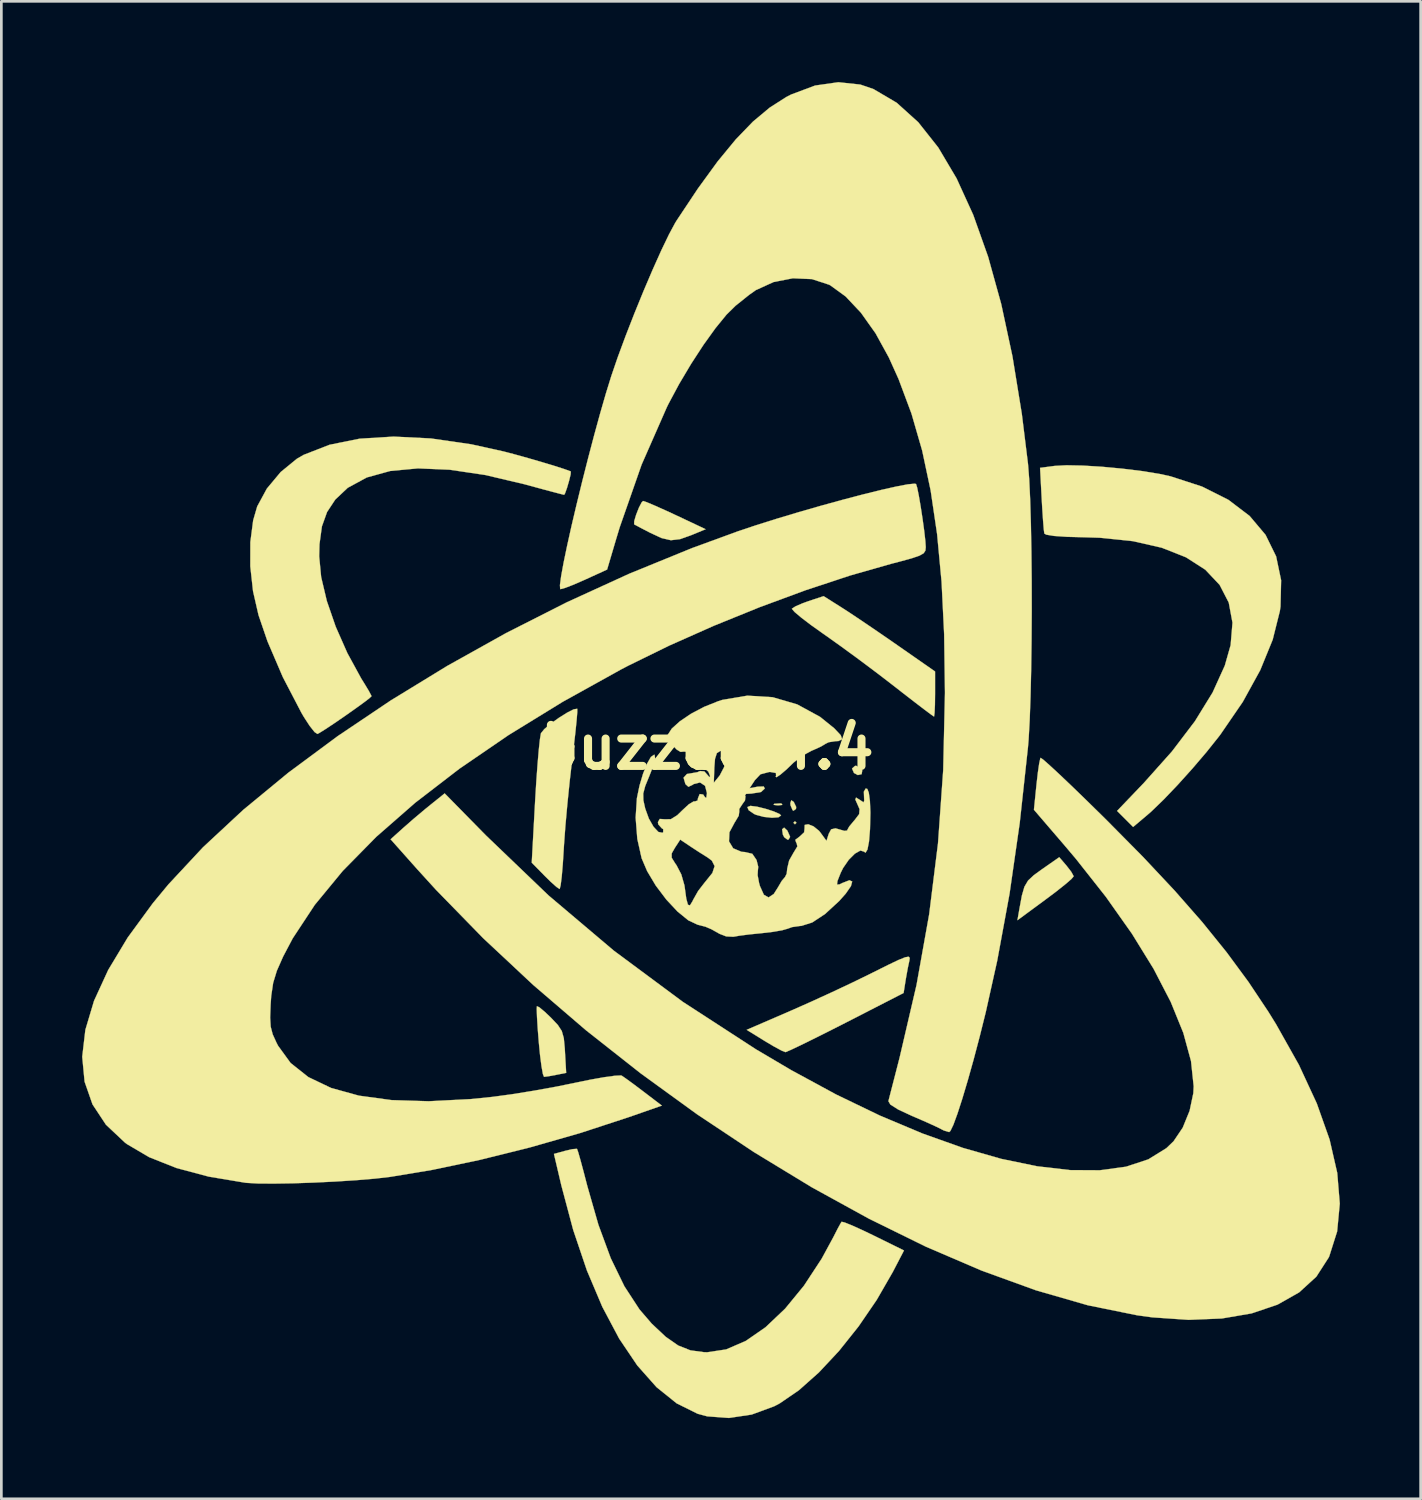
<source format=kicad_pcb>
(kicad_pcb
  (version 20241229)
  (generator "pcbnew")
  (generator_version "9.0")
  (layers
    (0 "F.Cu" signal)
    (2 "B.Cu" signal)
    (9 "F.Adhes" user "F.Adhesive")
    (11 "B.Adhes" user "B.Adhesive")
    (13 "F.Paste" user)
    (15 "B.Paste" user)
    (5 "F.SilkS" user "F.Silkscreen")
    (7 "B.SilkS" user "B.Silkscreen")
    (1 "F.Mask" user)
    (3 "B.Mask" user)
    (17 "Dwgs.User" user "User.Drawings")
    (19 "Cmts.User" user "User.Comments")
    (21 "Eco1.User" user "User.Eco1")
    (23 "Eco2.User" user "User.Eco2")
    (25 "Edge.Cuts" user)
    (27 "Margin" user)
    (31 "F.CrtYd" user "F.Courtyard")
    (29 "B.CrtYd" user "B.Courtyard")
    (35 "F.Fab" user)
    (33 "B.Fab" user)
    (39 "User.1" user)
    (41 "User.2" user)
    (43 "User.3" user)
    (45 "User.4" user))
  (footprint "buzzconf.4"
    (layer "F.Cu")
    (at 23.224 24.716)
    (property "Reference" "buzzconf.4" (at 0 0 0) (layer "F.SilkS") (effects (font (size 1.524 1.524) (thickness 0.3))))
    (attr through_hole)
    (fp_poly (pts (xy 3.318 2.803) (xy 3.261 2.86) (xy 3.204 2.803) (xy 3.261 2.746) (xy 3.318 2.803)) (stroke (width 0.01) (type solid)) (fill yes) (layer "F.SilkS"))
    (fp_poly (pts (xy 2.775 2.098) (xy 2.789 2.14) (xy 2.632 2.156) (xy 2.469 2.138) (xy 2.489 2.098) (xy 2.723 2.083) (xy 2.775 2.098)) (stroke (width 0.01) (type solid)) (fill yes) (layer "F.SilkS"))
    (fp_poly (pts (xy 2.979 3.093) (xy 3.082 3.327) (xy 3.018 3.43) (xy 2.987 3.432) (xy 2.864 3.341) (xy 2.813 3.244) (xy 2.784 3.044) (xy 2.859 2.982) (xy 2.979 3.093)) (stroke (width 0.01) (type solid)) (fill yes) (layer "F.SilkS"))
    (fp_poly (pts (xy 3.216 2.027) (xy 3.306 2.213) (xy 3.3 2.285) (xy 3.209 2.356) (xy 3.173 2.334) (xy 3.097 2.155) (xy 3.089 2.075) (xy 3.125 1.966) (xy 3.216 2.027)) (stroke (width 0.01) (type solid)) (fill yes) (layer "F.SilkS"))
    (fp_poly (pts (xy 5.713 0.779) (xy 5.762 0.858) (xy 5.739 0.997) (xy 5.597 1.03) (xy 5.454 0.953) (xy 5.381 0.787) (xy 5.492 0.69) (xy 5.537 0.686) (xy 5.713 0.779)) (stroke (width 0.01) (type solid)) (fill yes) (layer "F.SilkS"))
    (fp_poly (pts (xy 1.853 2.205) (xy 2.166 2.282) (xy 2.47 2.38) (xy 2.687 2.475) (xy 2.746 2.531) (xy 2.648 2.599) (xy 2.408 2.616) (xy 2.105 2.584) (xy 1.818 2.508) (xy 1.745 2.476) (xy 1.541 2.336) (xy 1.493 2.219) (xy 1.608 2.174) (xy 1.853 2.205)) (stroke (width 0.01) (type solid)) (fill yes) (layer "F.SilkS"))
    (fp_poly (pts (xy 13.348 4.393) (xy 13.526 4.623) (xy 13.613 4.782) (xy 13.615 4.795) (xy 13.529 4.896) (xy 13.293 5.099) (xy 12.946 5.374) (xy 12.571 5.655) (xy 11.527 6.424) (xy 11.603 5.987) (xy 11.693 5.503) (xy 11.787 5.179) (xy 11.923 4.949) (xy 12.139 4.747) (xy 12.439 4.53) (xy 13.081 4.082) (xy 13.348 4.393)) (stroke (width 0.01) (type solid)) (fill yes) (layer "F.SilkS"))
    (fp_poly (pts (xy -2.244 -9.107) (xy -1.947 -8.982) (xy -1.538 -8.799) (xy -1.171 -8.629) (xy -0.057 -8.104) (xy -0.572 -7.891) (xy -1.007 -7.735) (xy -1.349 -7.695) (xy -1.694 -7.775) (xy -2.117 -7.971) (xy -2.433 -8.135) (xy -2.651 -8.251) (xy -2.714 -8.286) (xy -2.71 -8.408) (xy -2.639 -8.644) (xy -2.536 -8.906) (xy -2.434 -9.102) (xy -2.382 -9.153) (xy -2.244 -9.107)) (stroke (width 0.01) (type solid)) (fill yes) (layer "F.SilkS"))
    (fp_poly (pts (xy -6.231 9.662) (xy -6.026 9.834) (xy -5.806 10.043) (xy -5.55 10.314) (xy -5.402 10.539) (xy -5.327 10.804) (xy -5.29 11.192) (xy -5.284 11.308) (xy -5.239 12.095) (xy -5.609 12.168) (xy -5.887 12.22) (xy -6.058 12.242) (xy -6.062 12.242) (xy -6.104 12.136) (xy -6.156 11.847) (xy -6.211 11.42) (xy -6.256 10.955) (xy -6.297 10.438) (xy -6.323 10.01) (xy -6.333 9.72) (xy -6.326 9.616) (xy -6.231 9.662)) (stroke (width 0.01) (type solid)) (fill yes) (layer "F.SilkS"))
    (fp_poly (pts (xy 7.526 7.823) (xy 7.514 7.915) (xy 7.453 8.202) (xy 7.386 8.574) (xy 7.373 8.653) (xy 7.298 9.126) (xy 5.152 10.227) (xy 4.508 10.554) (xy 3.932 10.842) (xy 3.455 11.076) (xy 3.109 11.24) (xy 2.924 11.319) (xy 2.904 11.324) (xy 2.762 11.266) (xy 2.487 11.117) (xy 2.137 10.91) (xy 2.135 10.908) (xy 1.467 10.496) (xy 3.108 9.786) (xy 3.834 9.464) (xy 4.636 9.097) (xy 5.421 8.727) (xy 6.097 8.397) (xy 6.164 8.363) (xy 6.725 8.083) (xy 7.113 7.898) (xy 7.356 7.8) (xy 7.484 7.778) (xy 7.526 7.823)) (stroke (width 0.01) (type solid)) (fill yes) (layer "F.SilkS"))
    (fp_poly (pts (xy 4.995 -5.195) (xy 5.338 -4.972) (xy 5.812 -4.655) (xy 6.36 -4.282) (xy 6.926 -3.892) (xy 7.065 -3.795) (xy 8.467 -2.818) (xy 8.467 -1.981) (xy 8.462 -1.576) (xy 8.448 -1.279) (xy 8.43 -1.146) (xy 8.427 -1.144) (xy 8.328 -1.211) (xy 8.08 -1.396) (xy 7.716 -1.674) (xy 7.266 -2.022) (xy 6.962 -2.26) (xy 6.342 -2.737) (xy 5.659 -3.249) (xy 4.987 -3.741) (xy 4.404 -4.156) (xy 4.315 -4.218) (xy 3.864 -4.539) (xy 3.497 -4.818) (xy 3.247 -5.029) (xy 3.148 -5.144) (xy 3.149 -5.153) (xy 3.283 -5.239) (xy 3.561 -5.359) (xy 3.766 -5.432) (xy 4.326 -5.617) (xy 4.995 -5.195)) (stroke (width 0.01) (type solid)) (fill yes) (layer "F.SilkS"))
    (fp_poly (pts (xy -4.826 -1.432) (xy -4.826 -1.31) (xy -4.851 -1) (xy -4.898 -0.541) (xy -4.964 0.03) (xy -5.018 0.477) (xy -5.108 1.258) (xy -5.194 2.103) (xy -5.268 2.924) (xy -5.32 3.633) (xy -5.33 3.804) (xy -5.365 4.352) (xy -5.404 4.805) (xy -5.444 5.123) (xy -5.479 5.26) (xy -5.484 5.263) (xy -5.598 5.188) (xy -5.817 4.992) (xy -6.038 4.774) (xy -6.518 4.285) (xy -6.393 2.002) (xy -6.35 1.288) (xy -6.303 0.64) (xy -6.257 0.097) (xy -6.214 -0.3) (xy -6.178 -0.514) (xy -6.174 -0.526) (xy -6.052 -0.677) (xy -5.811 -0.88) (xy -5.509 -1.097) (xy -5.205 -1.288) (xy -4.958 -1.413) (xy -4.827 -1.433) (xy -4.826 -1.432)) (stroke (width 0.01) (type solid)) (fill yes) (layer "F.SilkS"))
    (fp_poly (pts (xy 13.957 -10.468) (xy 14.665 -10.425) (xy 15.414 -10.355) (xy 16.144 -10.266) (xy 16.793 -10.161) (xy 17.215 -10.069) (xy 18.384 -9.689) (xy 19.365 -9.196) (xy 20.154 -8.596) (xy 20.746 -7.894) (xy 21.138 -7.095) (xy 21.324 -6.206) (xy 21.301 -5.231) (xy 21.277 -5.064) (xy 21.011 -4.001) (xy 20.548 -2.868) (xy 19.899 -1.688) (xy 19.074 -0.485) (xy 19.01 -0.4) (xy 18.552 0.174) (xy 18.026 0.79) (xy 17.478 1.398) (xy 16.955 1.945) (xy 16.504 2.381) (xy 16.355 2.511) (xy 15.825 2.958) (xy 15.527 2.66) (xy 15.229 2.362) (xy 16.226 1.32) (xy 17.268 0.152) (xy 18.121 -0.97) (xy 18.777 -2.035) (xy 19.231 -3.035) (xy 19.448 -3.797) (xy 19.517 -4.631) (xy 19.378 -5.379) (xy 19.038 -6.037) (xy 18.506 -6.6) (xy 17.788 -7.061) (xy 16.89 -7.416) (xy 15.82 -7.66) (xy 14.586 -7.787) (xy 14.033 -7.804) (xy 13.368 -7.821) (xy 12.884 -7.854) (xy 12.599 -7.901) (xy 12.526 -7.944) (xy 12.505 -8.104) (xy 12.478 -8.438) (xy 12.448 -8.89) (xy 12.429 -9.225) (xy 12.368 -10.384) (xy 12.91 -10.456) (xy 13.351 -10.48) (xy 13.957 -10.468)) (stroke (width 0.01) (type solid)) (fill yes) (layer "F.SilkS"))
    (fp_poly (pts (xy -4.835 14.921) (xy -4.792 15.041) (xy -4.707 15.339) (xy -4.591 15.769) (xy -4.457 16.286) (xy -4.457 16.287) (xy -4.041 17.739) (xy -3.583 18.98) (xy -3.076 20.024) (xy -2.514 20.885) (xy -2.06 21.412) (xy -1.539 21.902) (xy -1.078 22.223) (xy -0.623 22.404) (xy -0.12 22.472) (xy 0.001 22.475) (xy 0.706 22.369) (xy 1.434 22.054) (xy 2.17 21.544) (xy 2.896 20.855) (xy 3.595 20.003) (xy 4.251 19.003) (xy 4.691 18.192) (xy 4.847 17.886) (xy 4.962 17.676) (xy 4.994 17.626) (xy 5.109 17.653) (xy 5.385 17.764) (xy 5.778 17.942) (xy 6.177 18.134) (xy 7.312 18.693) (xy 6.891 19.501) (xy 6.299 20.529) (xy 5.625 21.514) (xy 4.899 22.424) (xy 4.15 23.225) (xy 3.407 23.886) (xy 2.698 24.372) (xy 2.49 24.482) (xy 1.655 24.789) (xy 0.808 24.916) (xy 0.002 24.856) (xy -0.357 24.759) (xy -1.133 24.374) (xy -1.881 23.772) (xy -2.596 22.966) (xy -3.27 21.967) (xy -3.896 20.787) (xy -4.468 19.437) (xy -4.978 17.929) (xy -5.418 16.277) (xy -5.693 15.106) (xy -5.284 14.993) (xy -5.009 14.929) (xy -4.847 14.916) (xy -4.835 14.921)) (stroke (width 0.01) (type solid)) (fill yes) (layer "F.SilkS"))
    (fp_poly (pts (xy -10.264 -11.476) (xy -8.768 -11.259) (xy -7.551 -10.99) (xy -7.116 -10.875) (xy -6.622 -10.737) (xy -6.12 -10.591) (xy -5.664 -10.453) (xy -5.305 -10.338) (xy -5.095 -10.262) (xy -5.066 -10.247) (xy -5.074 -10.136) (xy -5.131 -9.903) (xy -5.208 -9.639) (xy -5.28 -9.437) (xy -5.314 -9.382) (xy -5.433 -9.411) (xy -5.731 -9.489) (xy -6.163 -9.605) (xy -6.689 -9.748) (xy -6.788 -9.775) (xy -8.244 -10.118) (xy -9.565 -10.314) (xy -10.745 -10.364) (xy -11.774 -10.268) (xy -12.647 -10.027) (xy -13.355 -9.642) (xy -13.816 -9.208) (xy -14.123 -8.743) (xy -14.314 -8.209) (xy -14.404 -7.55) (xy -14.416 -7.097) (xy -14.342 -6.326) (xy -14.131 -5.436) (xy -13.8 -4.479) (xy -13.369 -3.503) (xy -12.855 -2.561) (xy -12.743 -2.381) (xy -12.579 -2.11) (xy -12.482 -1.929) (xy -12.471 -1.898) (xy -12.558 -1.817) (xy -12.789 -1.642) (xy -13.114 -1.408) (xy -13.486 -1.146) (xy -13.858 -0.891) (xy -14.182 -0.676) (xy -14.411 -0.533) (xy -14.48 -0.497) (xy -14.587 -0.568) (xy -14.769 -0.797) (xy -14.992 -1.141) (xy -15.075 -1.284) (xy -15.765 -2.608) (xy -16.335 -3.936) (xy -16.669 -4.912) (xy -16.873 -5.801) (xy -16.975 -6.727) (xy -16.973 -7.626) (xy -16.868 -8.434) (xy -16.718 -8.95) (xy -16.359 -9.613) (xy -15.846 -10.228) (xy -15.247 -10.719) (xy -14.992 -10.867) (xy -14.031 -11.241) (xy -12.912 -11.467) (xy -11.65 -11.545) (xy -10.264 -11.476)) (stroke (width 0.01) (type solid)) (fill yes) (layer "F.SilkS"))
    (fp_poly (pts (xy 12.48 0.452) (xy 12.713 0.657) (xy 13.068 0.985) (xy 13.523 1.417) (xy 14.057 1.934) (xy 14.651 2.516) (xy 14.848 2.711) (xy 16.186 4.064) (xy 17.359 5.314) (xy 18.389 6.488) (xy 19.299 7.614) (xy 20.113 8.719) (xy 20.853 9.83) (xy 21.135 10.286) (xy 21.986 11.8) (xy 22.649 13.23) (xy 23.124 14.569) (xy 23.409 15.813) (xy 23.503 16.954) (xy 23.405 17.987) (xy 23.113 18.907) (xy 23.088 18.96) (xy 22.632 19.667) (xy 21.994 20.25) (xy 21.188 20.706) (xy 20.226 21.031) (xy 19.121 21.22) (xy 17.888 21.271) (xy 16.539 21.178) (xy 15.976 21.101) (xy 14.143 20.729) (xy 12.212 20.172) (xy 10.201 19.443) (xy 8.129 18.554) (xy 6.016 17.516) (xy 3.881 16.342) (xy 1.743 15.042) (xy -0.38 13.63) (xy -2.467 12.116) (xy -4.5 10.514) (xy -6.459 8.833) (xy -8.326 7.087) (xy -10.081 5.288) (xy -10.762 4.54) (xy -11.762 3.416) (xy -11.287 2.989) (xy -10.908 2.657) (xy -10.48 2.297) (xy -10.282 2.136) (xy -9.753 1.711) (xy -8.223 3.269) (xy -5.894 5.502) (xy -3.466 7.556) (xy -0.906 9.455) (xy 1.816 11.222) (xy 3.119 11.991) (xy 4.793 12.899) (xy 6.424 13.685) (xy 7.998 14.347) (xy 9.504 14.883) (xy 10.928 15.29) (xy 12.259 15.565) (xy 13.483 15.707) (xy 14.588 15.713) (xy 15.561 15.581) (xy 16.389 15.308) (xy 17.061 14.892) (xy 17.326 14.638) (xy 17.667 14.133) (xy 17.924 13.504) (xy 18.062 12.851) (xy 18.075 12.593) (xy 17.976 11.656) (xy 17.69 10.608) (xy 17.224 9.461) (xy 16.586 8.229) (xy 15.781 6.924) (xy 14.816 5.558) (xy 13.699 4.143) (xy 13.281 3.648) (xy 12.14 2.319) (xy 12.235 1.383) (xy 12.285 0.944) (xy 12.335 0.6) (xy 12.377 0.409) (xy 12.387 0.389) (xy 12.48 0.452)) (stroke (width 0.01) (type solid)) (fill yes) (layer "F.SilkS"))
    (fp_poly (pts (xy 7.76 -9.784) (xy 7.802 -9.65) (xy 7.863 -9.349) (xy 7.933 -8.94) (xy 8.003 -8.483) (xy 8.064 -8.038) (xy 8.106 -7.664) (xy 8.121 -7.436) (xy 8.108 -7.31) (xy 8.043 -7.211) (xy 7.887 -7.122) (xy 7.604 -7.025) (xy 7.156 -6.902) (xy 6.836 -6.819) (xy 5.31 -6.384) (xy 3.661 -5.839) (xy 1.951 -5.208) (xy 0.241 -4.514) (xy -1.406 -3.782) (xy -2.929 -3.036) (xy -3.192 -2.899) (xy -5.37 -1.69) (xy -7.377 -0.457) (xy -9.205 0.794) (xy -10.846 2.057) (xy -12.294 3.324) (xy -13.54 4.591) (xy -14.577 5.85) (xy -15.398 7.095) (xy -15.756 7.774) (xy -15.988 8.3) (xy -16.125 8.749) (xy -16.197 9.234) (xy -16.219 9.554) (xy -16.237 10.037) (xy -16.217 10.378) (xy -16.143 10.662) (xy -16.001 10.975) (xy -15.943 11.087) (xy -15.477 11.728) (xy -14.818 12.251) (xy -13.971 12.656) (xy -12.94 12.941) (xy -11.729 13.106) (xy -10.343 13.149) (xy -8.785 13.069) (xy -7.972 12.986) (xy -7.263 12.89) (xy -6.438 12.757) (xy -5.603 12.606) (xy -4.911 12.465) (xy -4.329 12.345) (xy -3.822 12.255) (xy -3.433 12.202) (xy -3.207 12.191) (xy -3.174 12.199) (xy -3.017 12.307) (xy -2.737 12.511) (xy -2.392 12.771) (xy -2.358 12.797) (xy -1.684 13.31) (xy -2.93 13.745) (xy -4.724 14.332) (xy -6.583 14.864) (xy -8.441 15.326) (xy -10.23 15.702) (xy -11.785 15.96) (xy -12.344 16.024) (xy -13.035 16.082) (xy -13.807 16.132) (xy -14.61 16.171) (xy -15.393 16.198) (xy -16.105 16.209) (xy -16.698 16.205) (xy -17.12 16.181) (xy -17.162 16.176) (xy -18.521 15.949) (xy -19.718 15.63) (xy -20.736 15.225) (xy -21.557 14.741) (xy -21.629 14.688) (xy -22.337 14.022) (xy -22.837 13.265) (xy -23.131 12.422) (xy -23.219 11.497) (xy -23.102 10.494) (xy -22.78 9.417) (xy -22.254 8.272) (xy -21.526 7.062) (xy -20.595 5.791) (xy -20.013 5.088) (xy -18.729 3.71) (xy -17.238 2.324) (xy -15.564 0.944) (xy -13.728 -0.416) (xy -11.753 -1.744) (xy -9.66 -3.024) (xy -7.472 -4.245) (xy -5.211 -5.391) (xy -2.898 -6.449) (xy -0.557 -7.405) (xy 1.144 -8.027) (xy 1.836 -8.258) (xy 2.602 -8.499) (xy 3.41 -8.741) (xy 4.231 -8.977) (xy 5.034 -9.198) (xy 5.788 -9.396) (xy 6.462 -9.563) (xy 7.027 -9.69) (xy 7.451 -9.771) (xy 7.704 -9.796) (xy 7.76 -9.784)) (stroke (width 0.01) (type solid)) (fill yes) (layer "F.SilkS"))
    (fp_poly (pts (xy 5.69 -24.624) (xy 6.178 -24.457) (xy 7.04 -23.949) (xy 7.843 -23.224) (xy 8.586 -22.285) (xy 9.267 -21.136) (xy 9.885 -19.782) (xy 10.438 -18.226) (xy 10.924 -16.473) (xy 11.342 -14.526) (xy 11.69 -12.39) (xy 11.92 -10.526) (xy 11.964 -9.963) (xy 12 -9.21) (xy 12.027 -8.306) (xy 12.046 -7.29) (xy 12.057 -6.2) (xy 12.059 -5.075) (xy 12.052 -3.954) (xy 12.037 -2.876) (xy 12.014 -1.879) (xy 11.982 -1.003) (xy 11.942 -0.285) (xy 11.918 0) (xy 11.612 2.81) (xy 11.234 5.439) (xy 10.776 7.926) (xy 10.35 9.84) (xy 10.128 10.732) (xy 9.904 11.582) (xy 9.685 12.363) (xy 9.481 13.047) (xy 9.299 13.609) (xy 9.149 14.019) (xy 9.037 14.252) (xy 8.989 14.295) (xy 8.79 14.234) (xy 8.695 14.185) (xy 8.515 14.095) (xy 8.185 13.944) (xy 7.765 13.761) (xy 7.609 13.694) (xy 7.098 13.457) (xy 6.806 13.272) (xy 6.733 13.146) (xy 6.775 12.98) (xy 6.863 12.639) (xy 6.984 12.17) (xy 7.126 11.618) (xy 7.156 11.499) (xy 7.777 8.833) (xy 8.247 6.208) (xy 8.576 3.566) (xy 8.769 0.847) (xy 8.834 -2.007) (xy 8.834 -2.059) (xy 8.804 -4.206) (xy 8.708 -6.154) (xy 8.542 -7.925) (xy 8.303 -9.542) (xy 7.988 -11.025) (xy 7.591 -12.398) (xy 7.111 -13.682) (xy 6.748 -14.487) (xy 6.256 -15.382) (xy 5.713 -16.147) (xy 5.144 -16.751) (xy 4.577 -17.163) (xy 4.53 -17.188) (xy 3.892 -17.396) (xy 3.184 -17.427) (xy 2.468 -17.288) (xy 1.809 -16.988) (xy 1.557 -16.81) (xy 1.391 -16.677) (xy 1.134 -16.471) (xy 1.054 -16.407) (xy 0.716 -16.074) (xy 0.309 -15.575) (xy -0.138 -14.953) (xy -0.597 -14.248) (xy -1.04 -13.503) (xy -1.438 -12.76) (xy -1.496 -12.643) (xy -2.436 -10.504) (xy -3.25 -8.176) (xy -3.383 -7.736) (xy -3.718 -6.605) (xy -4.566 -6.218) (xy -4.962 -6.045) (xy -5.273 -5.925) (xy -5.444 -5.878) (xy -5.461 -5.881) (xy -5.471 -6.025) (xy -5.426 -6.36) (xy -5.335 -6.858) (xy -5.204 -7.488) (xy -5.041 -8.221) (xy -4.851 -9.027) (xy -4.643 -9.879) (xy -4.423 -10.745) (xy -4.199 -11.597) (xy -3.977 -12.406) (xy -3.765 -13.141) (xy -3.569 -13.774) (xy -3.565 -13.787) (xy -3.323 -14.494) (xy -3.03 -15.286) (xy -2.704 -16.121) (xy -2.363 -16.957) (xy -2.023 -17.753) (xy -1.703 -18.467) (xy -1.418 -19.059) (xy -1.188 -19.487) (xy -1.14 -19.565) (xy -0.343 -20.762) (xy 0.386 -21.764) (xy 1.063 -22.587) (xy 1.703 -23.25) (xy 2.323 -23.768) (xy 2.938 -24.161) (xy 3.121 -24.255) (xy 4.01 -24.588) (xy 4.874 -24.711) (xy 5.69 -24.624)) (stroke (width 0.01) (type solid)) (fill yes) (layer "F.SilkS"))
    (fp_poly (pts (xy 2.432 -1.862) (xy 3.344 -1.596) (xy 4.195 -1.132) (xy 4.72 -0.708) (xy 4.962 -0.451) (xy 5.014 -0.298) (xy 4.877 -0.234) (xy 4.771 -0.229) (xy 4.516 -0.19) (xy 4.399 -0.133) (xy 4.227 -0.029) (xy 3.943 0.1) (xy 3.89 0.121) (xy 3.529 0.316) (xy 3.211 0.566) (xy 3.204 0.573) (xy 2.944 0.824) (xy 2.722 1.013) (xy 2.575 1.111) (xy 2.544 1.087) (xy 2.559 1.058) (xy 2.553 0.953) (xy 2.347 0.916) (xy 2.308 0.915) (xy 1.978 1.002) (xy 1.774 1.217) (xy 1.576 1.519) (xy 1.879 1.461) (xy 2.101 1.454) (xy 2.14 1.531) (xy 2.003 1.658) (xy 1.935 1.674) (xy 1.707 1.707) (xy 1.659 1.717) (xy 1.462 1.729) (xy 1.45 1.727) (xy 1.405 1.781) (xy 1.423 1.819) (xy 1.405 1.974) (xy 1.31 2.107) (xy 1.192 2.288) (xy 1.192 2.388) (xy 1.173 2.539) (xy 1.039 2.765) (xy 1.028 2.779) (xy 0.827 3.155) (xy 0.811 3.494) (xy 0.966 3.751) (xy 1.277 3.882) (xy 1.399 3.89) (xy 1.676 3.955) (xy 1.834 4.186) (xy 1.897 4.438) (xy 1.883 4.584) (xy 1.874 4.749) (xy 1.928 5.038) (xy 1.959 5.151) (xy 2.106 5.477) (xy 2.28 5.576) (xy 2.474 5.448) (xy 2.628 5.205) (xy 2.771 4.961) (xy 2.883 4.828) (xy 2.889 4.824) (xy 2.954 4.695) (xy 2.975 4.499) (xy 3.045 4.204) (xy 3.207 3.917) (xy 3.351 3.681) (xy 3.32 3.549) (xy 3.306 3.539) (xy 3.274 3.436) (xy 3.426 3.322) (xy 3.602 3.158) (xy 3.617 3.023) (xy 3.622 2.883) (xy 3.754 2.858) (xy 3.951 2.936) (xy 4.154 3.1) (xy 4.209 3.168) (xy 4.433 3.475) (xy 4.516 3.214) (xy 4.606 3.046) (xy 4.768 3.009) (xy 5.063 3.093) (xy 5.091 3.104) (xy 5.201 3.091) (xy 5.206 3.07) (xy 5.277 2.942) (xy 5.45 2.734) (xy 5.473 2.709) (xy 5.647 2.48) (xy 5.661 2.295) (xy 5.616 2.192) (xy 5.505 1.941) (xy 5.531 1.865) (xy 5.674 1.953) (xy 5.811 2.045) (xy 5.836 1.969) (xy 5.832 1.939) (xy 5.821 1.647) (xy 5.889 1.529) (xy 5.95 1.545) (xy 6.005 1.686) (xy 6.046 1.993) (xy 6.064 2.402) (xy 6.064 2.452) (xy 6.05 3.039) (xy 6.013 3.496) (xy 5.955 3.797) (xy 5.883 3.915) (xy 5.825 3.874) (xy 5.693 3.834) (xy 5.489 3.949) (xy 5.26 4.178) (xy 5.051 4.481) (xy 4.962 4.659) (xy 4.841 4.964) (xy 4.824 5.097) (xy 4.917 5.092) (xy 5.027 5.038) (xy 5.284 4.938) (xy 5.388 4.984) (xy 5.341 5.157) (xy 5.146 5.438) (xy 4.906 5.708) (xy 4.379 6.193) (xy 3.902 6.507) (xy 3.5 6.634) (xy 3.454 6.636) (xy 3.153 6.679) (xy 2.996 6.736) (xy 2.788 6.796) (xy 2.43 6.858) (xy 2.002 6.907) (xy 1.565 6.951) (xy 1.193 6.999) (xy 0.973 7.038) (xy 0.708 7.025) (xy 0.458 6.928) (xy 0.158 6.759) (xy -0.062 6.665) (xy -0.318 6.599) (xy -0.351 6.592) (xy -0.702 6.427) (xy -1.104 6.099) (xy -1.519 5.654) (xy -1.908 5.139) (xy -2.23 4.6) (xy -2.436 4.119) (xy -2.475 3.942) (xy -1.319 3.942) (xy -1.318 4.102) (xy -1.185 4.317) (xy -1.143 4.374) (xy -0.962 4.72) (xy -0.845 5.128) (xy -0.836 5.19) (xy -0.776 5.625) (xy -0.715 5.847) (xy -0.641 5.872) (xy -0.545 5.717) (xy -0.521 5.664) (xy -0.335 5.335) (xy -0.089 5.017) (xy -0.081 5.009) (xy 0.193 4.668) (xy 0.277 4.413) (xy 0.174 4.21) (xy 0.027 4.099) (xy -0.294 3.897) (xy -0.635 3.674) (xy -0.643 3.668) (xy -1.001 3.428) (xy -1.198 3.73) (xy -1.319 3.942) (xy -2.475 3.942) (xy -2.596 3.403) (xy -2.658 2.612) (xy -2.611 1.889) (xy -2.514 1.421) (xy -2.382 0.978) (xy -2.234 0.608) (xy -2.091 0.357) (xy -1.971 0.274) (xy -1.953 0.281) (xy -1.934 0.419) (xy -2.013 0.716) (xy -2.142 1.046) (xy -2.303 1.44) (xy -2.376 1.717) (xy -2.371 1.965) (xy -2.303 2.272) (xy -2.167 2.647) (xy -1.992 2.953) (xy -1.812 3.144) (xy -1.661 3.174) (xy -1.634 3.153) (xy -1.634 3.039) (xy -1.688 3.007) (xy -1.816 2.863) (xy -1.831 2.781) (xy -1.763 2.66) (xy -1.567 2.673) (xy -1.348 2.669) (xy -1.111 2.521) (xy -0.927 2.342) (xy -0.689 2.121) (xy -0.503 2.009) (xy -0.448 2.008) (xy -0.358 1.977) (xy -0.343 1.895) (xy -0.279 1.735) (xy -0.149 1.752) (xy -0.076 1.859) (xy -0.032 1.871) (xy -0.009 1.7) (xy -0.079 1.429) (xy -0.249 1.316) (xy 0.246 1.316) (xy 0.466 1.046) (xy 0.63 0.731) (xy 0.686 0.437) (xy 0.655 0.196) (xy 0.538 0.13) (xy 0.486 0.136) (xy 0.359 0.216) (xy 0.291 0.427) (xy 0.266 0.745) (xy 0.246 1.316) (xy -0.249 1.316) (xy -0.265 1.305) (xy -0.503 1.365) (xy -0.538 1.392) (xy -0.698 1.467) (xy -0.808 1.366) (xy -0.878 1.128) (xy -0.752 0.99) (xy -0.619 0.968) (xy -0.362 0.923) (xy -0.264 0.88) (xy -0.105 0.894) (xy -0.011 0.999) (xy 0.083 1.108) (xy 0.111 1.072) (xy 0.043 0.904) (xy -0.108 0.772) (xy -0.252 0.751) (xy -0.268 0.764) (xy -0.331 0.738) (xy -0.343 0.642) (xy -0.391 0.507) (xy -0.449 0.51) (xy -0.561 0.471) (xy -0.631 0.337) (xy -0.753 0.166) (xy -0.865 0.158) (xy -0.99 0.17) (xy -1.134 0.081) (xy -1.346 -0.144) (xy -1.45 -0.268) (xy -1.473 -0.453) (xy -1.316 -0.695) (xy -1.015 -0.967) (xy -0.604 -1.245) (xy -0.119 -1.502) (xy 0.407 -1.713) (xy 0.564 -1.763) (xy 1.494 -1.92) (xy 2.432 -1.862)) (stroke (width 0.01) (type solid)) (fill yes) (layer "F.SilkS")))
  (gr_rect
    (start -3 -3)
    (end 49.732 52.637)
    (stroke (width 0.1) (type default))
    (fill no)
    (layer "Edge.Cuts")))
</source>
